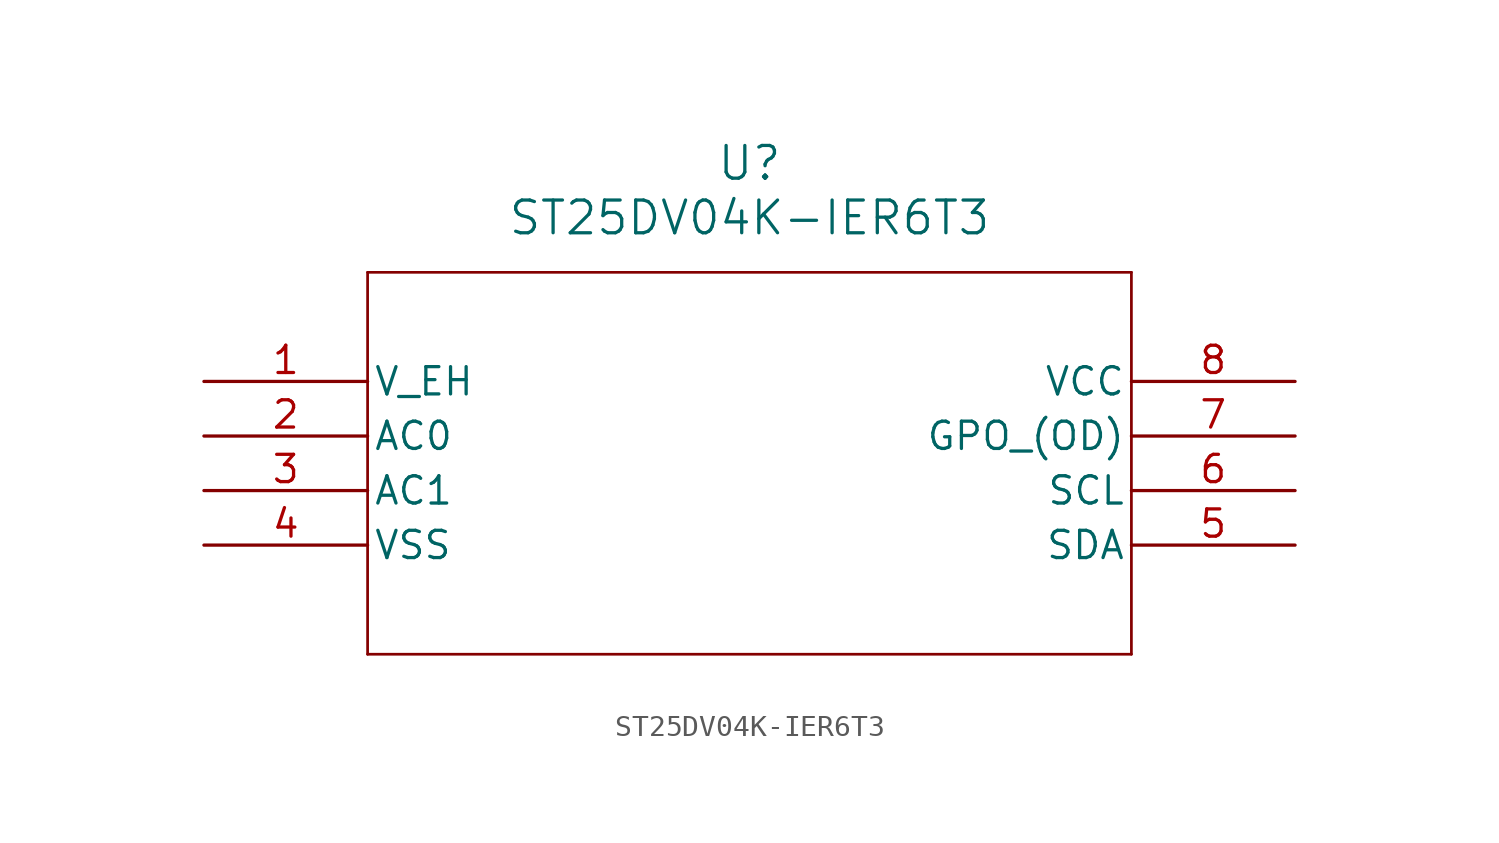
<source format=kicad_sym>
(kicad_symbol_lib
  (version 20211014)
  (generator kicad_symbol_editor)
  (symbol "ST25DV04K-IER6T3"
    (pin_names
      (offset 0.254))
    (property "Reference" "U"
      (at 25.4 10.16 0)
      (effects (font (size 1.524 1.524))))
    (property "Value" "ST25DV04K-IER6T3"
      (at 25.4 7.62 0)
      (effects (font (size 1.524 1.524))))
    (symbol "ST25DV04K-IER6T3_0_1"
      (polyline (pts (xy 7.62 5.08) (xy 7.62 -12.7)) (stroke (width 0.127) (type default) (color 0 0 0 0)) (fill (type none)))
      (polyline (pts (xy 7.62 -12.7) (xy 43.18 -12.7)) (stroke (width 0.127) (type default) (color 0 0 0 0)) (fill (type none)))
      (polyline (pts (xy 43.18 -12.7) (xy 43.18 5.08)) (stroke (width 0.127) (type default) (color 0 0 0 0)) (fill (type none)))
      (polyline (pts (xy 43.18 5.08) (xy 7.62 5.08)) (stroke (width 0.127) (type default) (color 0 0 0 0)) (fill (type none)))
      (pin unspecified line (at 0 0 0) (length 7.62) (name "V_EH" (effects (font (size 1.27 1.27)))) (number "1" (effects (font (size 1.27 1.27)))))
      (pin bidirectional line (at 0 -2.54 0) (length 7.62) (name "AC0" (effects (font (size 1.27 1.27)))) (number "2" (effects (font (size 1.27 1.27)))))
      (pin bidirectional line (at 0 -5.08 0) (length 7.62) (name "AC1" (effects (font (size 1.27 1.27)))) (number "3" (effects (font (size 1.27 1.27)))))
      (pin power_out line (at 0 -7.62 0) (length 7.62) (name "VSS" (effects (font (size 1.27 1.27)))) (number "4" (effects (font (size 1.27 1.27)))))
      (pin unspecified line (at 50.8 -7.62 180) (length 7.62) (name "SDA" (effects (font (size 1.27 1.27)))) (number "5" (effects (font (size 1.27 1.27)))))
      (pin unspecified line (at 50.8 -5.08 180) (length 7.62) (name "SCL" (effects (font (size 1.27 1.27)))) (number "6" (effects (font (size 1.27 1.27)))))
      (pin unspecified line (at 50.8 -2.54 180) (length 7.62) (name "GPO (OD)" (effects (font (size 1.27 1.27)))) (number "7" (effects (font (size 1.27 1.27)))))
      (pin power_in line (at 50.8 0 180) (length 7.62) (name "VCC" (effects (font (size 1.27 1.27)))) (number "8" (effects (font (size 1.27 1.27))))))))
</source>
